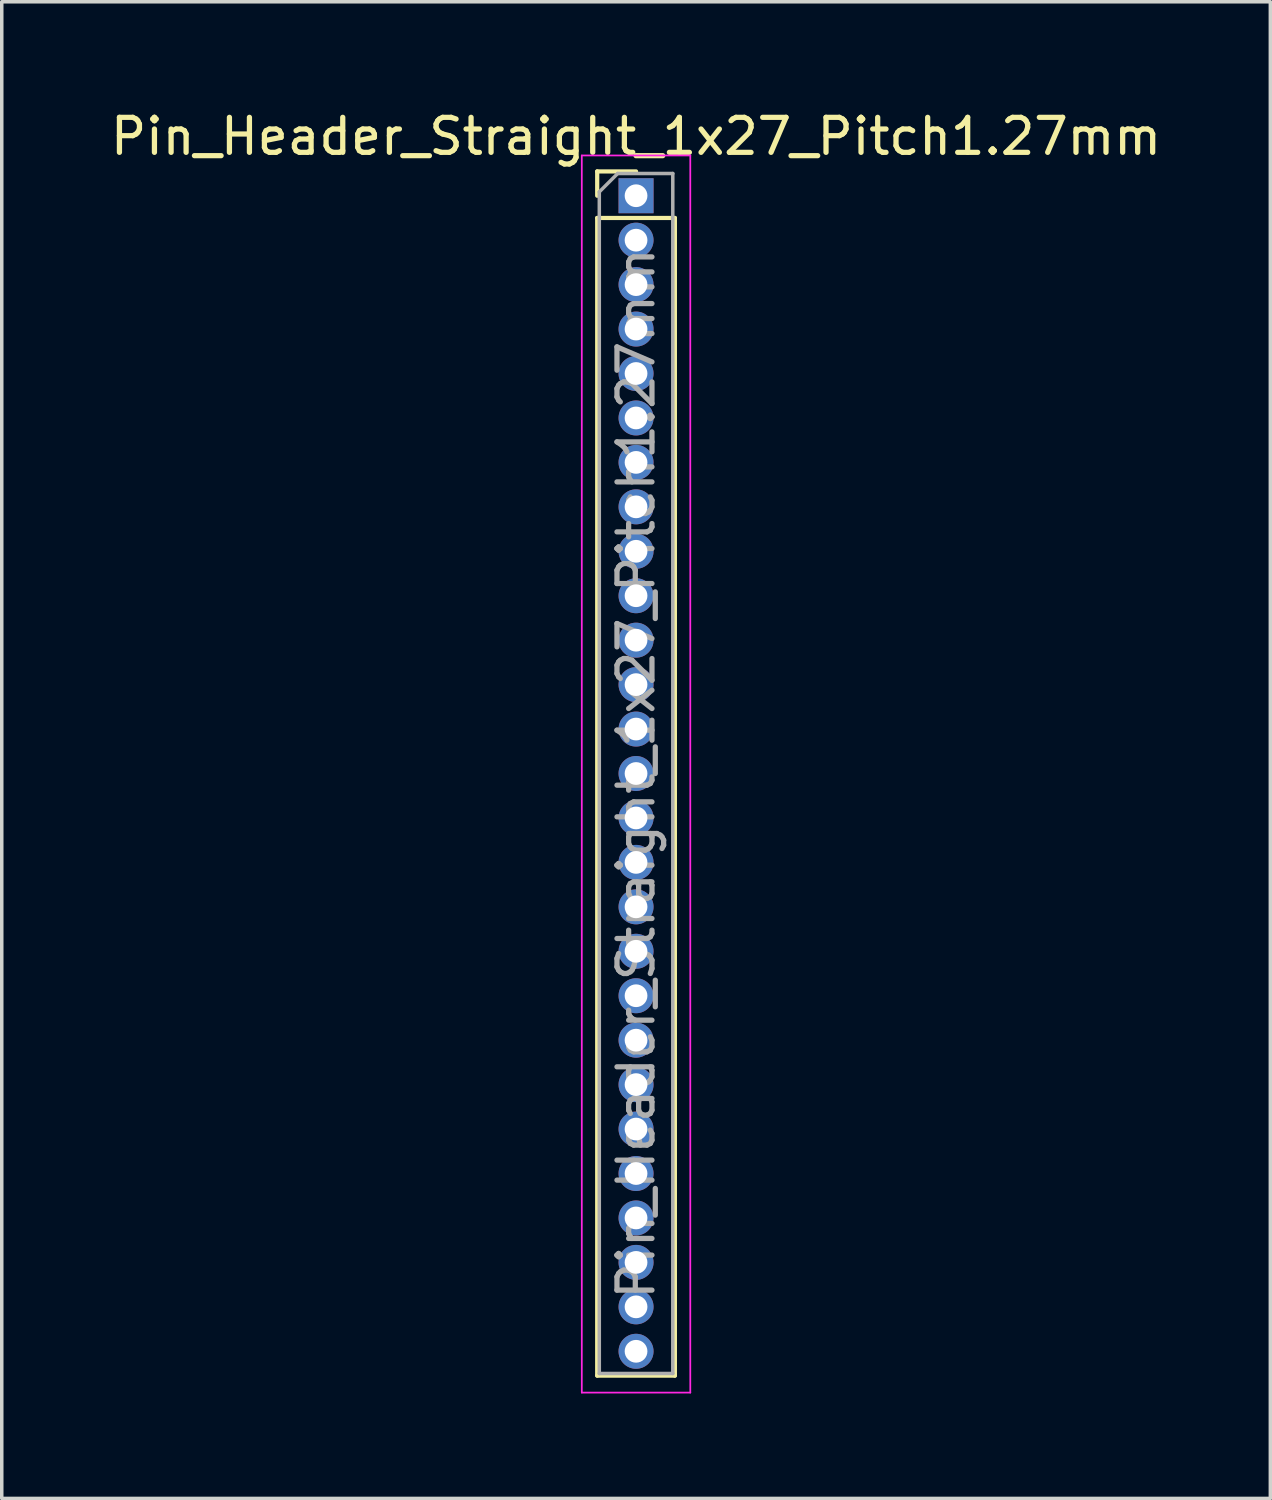
<source format=kicad_pcb>
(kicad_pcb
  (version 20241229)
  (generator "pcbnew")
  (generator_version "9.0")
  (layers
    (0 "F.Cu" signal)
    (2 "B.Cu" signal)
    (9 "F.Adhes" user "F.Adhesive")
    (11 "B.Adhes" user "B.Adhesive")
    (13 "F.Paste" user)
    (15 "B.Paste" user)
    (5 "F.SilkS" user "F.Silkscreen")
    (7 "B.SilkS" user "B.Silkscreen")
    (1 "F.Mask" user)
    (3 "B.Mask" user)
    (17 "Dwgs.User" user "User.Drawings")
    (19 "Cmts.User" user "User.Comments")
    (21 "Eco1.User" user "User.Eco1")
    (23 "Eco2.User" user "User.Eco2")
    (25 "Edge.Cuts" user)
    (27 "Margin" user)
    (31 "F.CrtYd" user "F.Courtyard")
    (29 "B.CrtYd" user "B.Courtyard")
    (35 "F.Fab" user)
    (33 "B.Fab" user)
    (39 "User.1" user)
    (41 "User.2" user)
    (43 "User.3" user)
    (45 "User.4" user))
  (footprint "Pin_Header_Straight_1x27_Pitch1.27mm"
    (layer "F.Cu")
    (at 15.125 2.543)
    (property "Reference" "Pin_Header_Straight_1x27_Pitch1.27mm" (at 0 -1.695 0) (layer "F.SilkS") (effects (font (size 1 1) (thickness 0.15))))
    (attr through_hole)
    (fp_line (start -1.11 -0.695) (end 0 -0.695) (stroke (width 0.12) (type solid)) (layer "F.SilkS"))
    (fp_line (start -1.11 0) (end -1.11 -0.695) (stroke (width 0.12) (type solid)) (layer "F.SilkS"))
    (fp_line (start -1.11 0.635) (end -1.11 33.715) (stroke (width 0.12) (type solid)) (layer "F.SilkS"))
    (fp_line (start -1.11 33.715) (end 1.11 33.715) (stroke (width 0.12) (type solid)) (layer "F.SilkS"))
    (fp_line (start 1.11 0.635) (end -1.11 0.635) (stroke (width 0.12) (type solid)) (layer "F.SilkS"))
    (fp_line (start 1.11 33.715) (end 1.11 0.635) (stroke (width 0.12) (type solid)) (layer "F.SilkS"))
    (fp_line (start -1.55 -1.15) (end -1.55 34.2) (stroke (width 0.05) (type solid)) (layer "F.CrtYd"))
    (fp_line (start -1.55 34.2) (end 1.55 34.2) (stroke (width 0.05) (type solid)) (layer "F.CrtYd"))
    (fp_line (start 1.55 -1.15) (end -1.55 -1.15) (stroke (width 0.05) (type solid)) (layer "F.CrtYd"))
    (fp_line (start 1.55 34.2) (end 1.55 -1.15) (stroke (width 0.05) (type solid)) (layer "F.CrtYd"))
    (fp_line (start -1.05 -0.11) (end -0.525 -0.635) (stroke (width 0.1) (type solid)) (layer "F.Fab"))
    (fp_line (start -1.05 33.655) (end -1.05 -0.11) (stroke (width 0.1) (type solid)) (layer "F.Fab"))
    (fp_line (start -0.525 -0.635) (end 1.05 -0.635) (stroke (width 0.1) (type solid)) (layer "F.Fab"))
    (fp_line (start 1.05 -0.635) (end 1.05 33.655) (stroke (width 0.1) (type solid)) (layer "F.Fab"))
    (fp_line (start 1.05 33.655) (end -1.05 33.655) (stroke (width 0.1) (type solid)) (layer "F.Fab"))
    (fp_text user "${REFERENCE}" (at 0 16.51 90) (layer "F.Fab") (effects (font (size 1 1) (thickness 0.15))))
    (pad "1" thru_hole rect (at 0 0) (size 1 1) (drill 0.65) (layers "*.Cu" "*.Mask"))
    (pad "2" thru_hole oval (at 0 1.27) (size 1 1) (drill 0.65) (layers "*.Cu" "*.Mask"))
    (pad "3" thru_hole oval (at 0 2.54) (size 1 1) (drill 0.65) (layers "*.Cu" "*.Mask"))
    (pad "4" thru_hole oval (at 0 3.81) (size 1 1) (drill 0.65) (layers "*.Cu" "*.Mask"))
    (pad "5" thru_hole oval (at 0 5.08) (size 1 1) (drill 0.65) (layers "*.Cu" "*.Mask"))
    (pad "6" thru_hole oval (at 0 6.35) (size 1 1) (drill 0.65) (layers "*.Cu" "*.Mask"))
    (pad "7" thru_hole oval (at 0 7.62) (size 1 1) (drill 0.65) (layers "*.Cu" "*.Mask"))
    (pad "8" thru_hole oval (at 0 8.89) (size 1 1) (drill 0.65) (layers "*.Cu" "*.Mask"))
    (pad "9" thru_hole oval (at 0 10.16) (size 1 1) (drill 0.65) (layers "*.Cu" "*.Mask"))
    (pad "10" thru_hole oval (at 0 11.43) (size 1 1) (drill 0.65) (layers "*.Cu" "*.Mask"))
    (pad "11" thru_hole oval (at 0 12.7) (size 1 1) (drill 0.65) (layers "*.Cu" "*.Mask"))
    (pad "12" thru_hole oval (at 0 13.97) (size 1 1) (drill 0.65) (layers "*.Cu" "*.Mask"))
    (pad "13" thru_hole oval (at 0 15.24) (size 1 1) (drill 0.65) (layers "*.Cu" "*.Mask"))
    (pad "14" thru_hole oval (at 0 16.51) (size 1 1) (drill 0.65) (layers "*.Cu" "*.Mask"))
    (pad "15" thru_hole oval (at 0 17.78) (size 1 1) (drill 0.65) (layers "*.Cu" "*.Mask"))
    (pad "16" thru_hole oval (at 0 19.05) (size 1 1) (drill 0.65) (layers "*.Cu" "*.Mask"))
    (pad "17" thru_hole oval (at 0 20.32) (size 1 1) (drill 0.65) (layers "*.Cu" "*.Mask"))
    (pad "18" thru_hole oval (at 0 21.59) (size 1 1) (drill 0.65) (layers "*.Cu" "*.Mask"))
    (pad "19" thru_hole oval (at 0 22.86) (size 1 1) (drill 0.65) (layers "*.Cu" "*.Mask"))
    (pad "20" thru_hole oval (at 0 24.13) (size 1 1) (drill 0.65) (layers "*.Cu" "*.Mask"))
    (pad "21" thru_hole oval (at 0 25.4) (size 1 1) (drill 0.65) (layers "*.Cu" "*.Mask"))
    (pad "22" thru_hole oval (at 0 26.67) (size 1 1) (drill 0.65) (layers "*.Cu" "*.Mask"))
    (pad "23" thru_hole oval (at 0 27.94) (size 1 1) (drill 0.65) (layers "*.Cu" "*.Mask"))
    (pad "24" thru_hole oval (at 0 29.21) (size 1 1) (drill 0.65) (layers "*.Cu" "*.Mask"))
    (pad "25" thru_hole oval (at 0 30.48) (size 1 1) (drill 0.65) (layers "*.Cu" "*.Mask"))
    (pad "26" thru_hole oval (at 0 31.75) (size 1 1) (drill 0.65) (layers "*.Cu" "*.Mask"))
    (pad "27" thru_hole oval (at 0 33.02) (size 1 1) (drill 0.65) (layers "*.Cu" "*.Mask")))
  (gr_rect
    (start -3 -3)
    (end 33.25 39.768)
    (stroke (width 0.1) (type default))
    (fill no)
    (layer "Edge.Cuts")))
</source>
